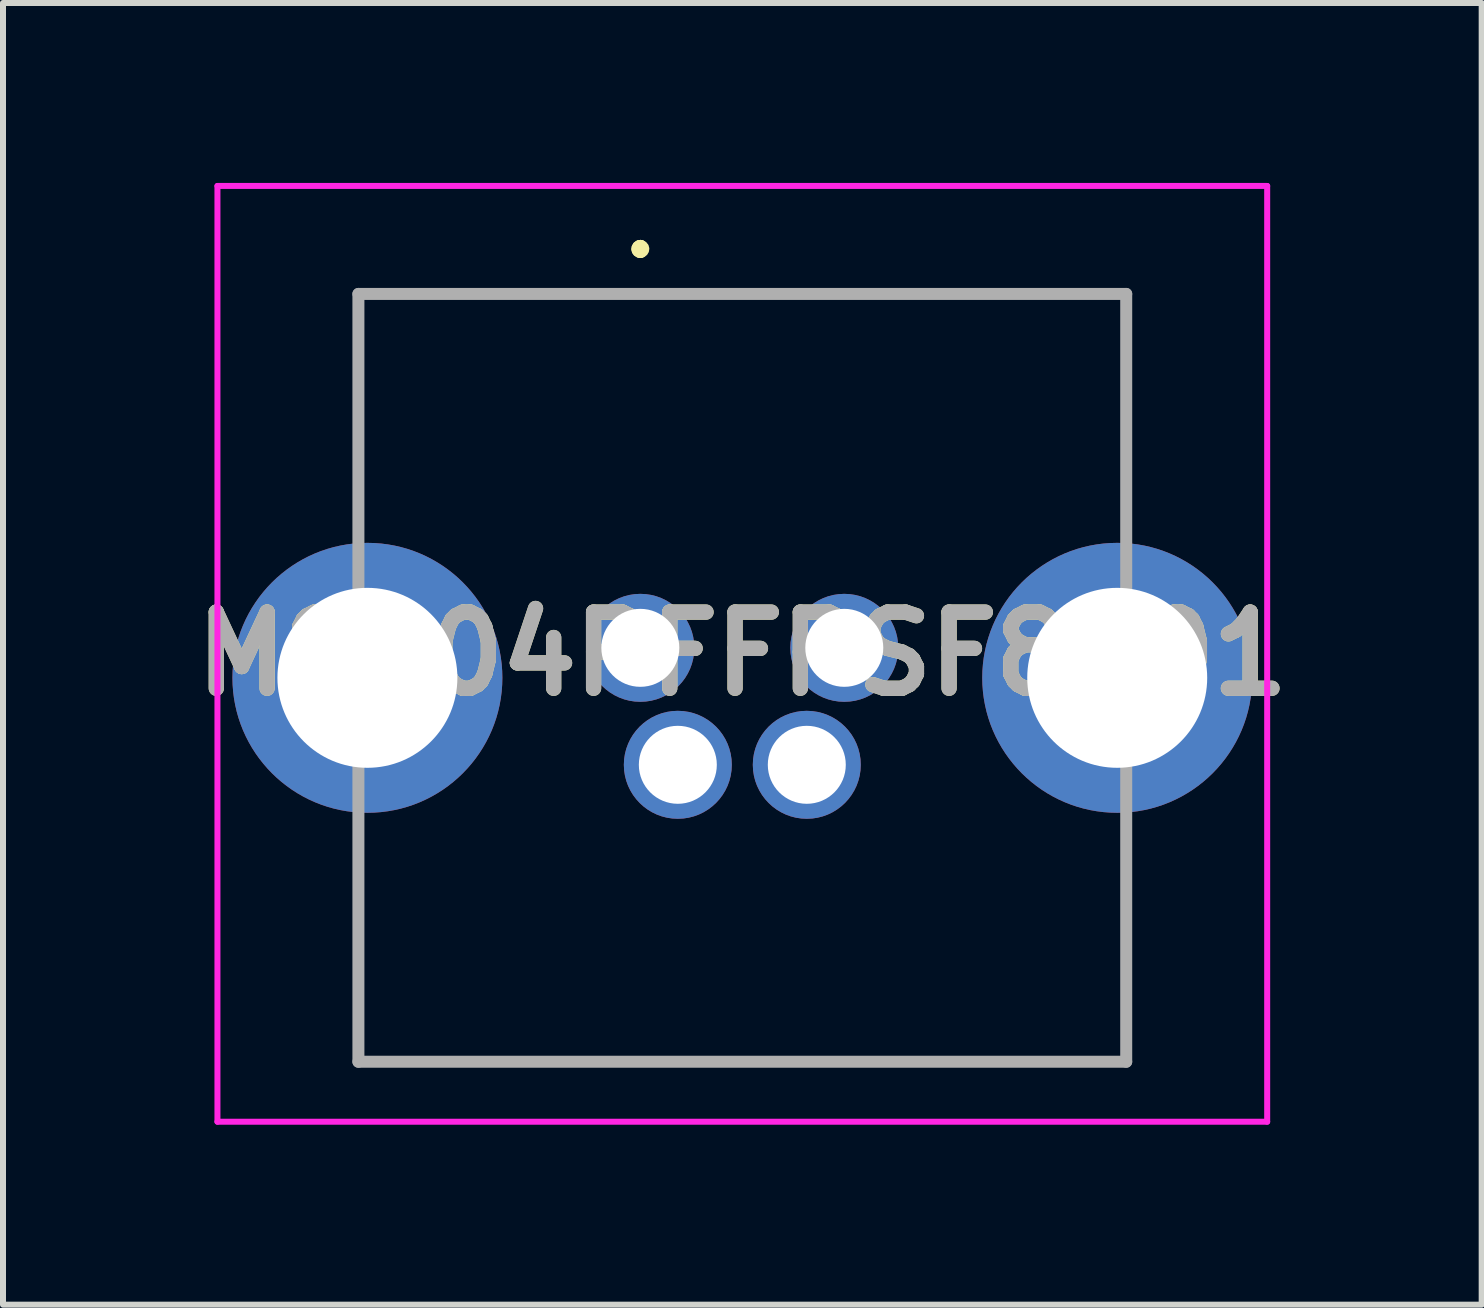
<source format=kicad_pcb>
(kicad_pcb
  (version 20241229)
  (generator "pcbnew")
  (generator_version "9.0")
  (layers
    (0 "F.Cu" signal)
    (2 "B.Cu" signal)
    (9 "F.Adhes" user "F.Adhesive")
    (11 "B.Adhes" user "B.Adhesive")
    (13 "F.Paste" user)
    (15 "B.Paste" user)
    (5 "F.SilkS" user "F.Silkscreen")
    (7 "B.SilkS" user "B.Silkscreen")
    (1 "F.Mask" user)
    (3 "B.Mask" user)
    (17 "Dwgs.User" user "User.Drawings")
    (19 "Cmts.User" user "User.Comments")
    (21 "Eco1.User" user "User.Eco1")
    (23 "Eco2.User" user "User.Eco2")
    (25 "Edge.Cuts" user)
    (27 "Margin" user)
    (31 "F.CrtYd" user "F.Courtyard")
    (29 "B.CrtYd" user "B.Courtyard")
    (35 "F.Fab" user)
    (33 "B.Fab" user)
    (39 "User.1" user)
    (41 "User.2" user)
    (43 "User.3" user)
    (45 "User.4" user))
  (footprint "M8S04PFFPSF8001"
    (layer "F.Cu")
    (at 7.625 7.75)
    (property "Reference" "M8S04PFFPSF8001" (at 1.7 0.1 0) (layer "F.SilkS") (effects (font (size 1.27 1.27) (thickness 0.254))))
    (attr through_hole)
    (fp_line (start -4.7 -5.9) (end 8.1 -5.9) (stroke (width 0.1) (type solid)) (layer "F.SilkS"))
    (fp_line (start -4.7 -2.5) (end -4.7 -5.9) (stroke (width 0.1) (type solid)) (layer "F.SilkS"))
    (fp_line (start -4.7 3.5) (end -4.7 6.9) (stroke (width 0.1) (type solid)) (layer "F.SilkS"))
    (fp_line (start -4.7 6.9) (end 8.1 6.9) (stroke (width 0.1) (type solid)) (layer "F.SilkS"))
    (fp_line (start 0 -6.7) (end 0 -6.7) (stroke (width 0.2) (type solid)) (layer "F.SilkS"))
    (fp_line (start 0 -6.7) (end 0 -6.7) (stroke (width 0.2) (type solid)) (layer "F.SilkS"))
    (fp_line (start 0 -6.6) (end 0 -6.6) (stroke (width 0.2) (type solid)) (layer "F.SilkS"))
    (fp_line (start 8.1 -5.9) (end 8.1 -2.5) (stroke (width 0.1) (type solid)) (layer "F.SilkS"))
    (fp_line (start 8.1 6.9) (end 8.1 3.5) (stroke (width 0.1) (type solid)) (layer "F.SilkS"))
    (fp_arc (start 0 -6.7) (mid 0.05 -6.65) (end 0 -6.6) (stroke (width 0.2) (type solid)) (layer "F.SilkS"))
    (fp_arc (start 0 -6.6) (mid -0.05 -6.65) (end 0 -6.7) (stroke (width 0.2) (type solid)) (layer "F.SilkS"))
    (fp_arc (start 0 -6.6) (mid -0.05 -6.65) (end 0 -6.7) (stroke (width 0.2) (type solid)) (layer "F.SilkS"))
    (fp_line (start -7.05 -7.7) (end -7.05 7.9) (stroke (width 0.1) (type solid)) (layer "F.CrtYd"))
    (fp_line (start -7.05 7.9) (end 10.45 7.9) (stroke (width 0.1) (type solid)) (layer "F.CrtYd"))
    (fp_line (start 10.45 -7.7) (end -7.05 -7.7) (stroke (width 0.1) (type solid)) (layer "F.CrtYd"))
    (fp_line (start 10.45 7.9) (end 10.45 -7.7) (stroke (width 0.1) (type solid)) (layer "F.CrtYd"))
    (fp_line (start -4.7 -5.9) (end 8.1 -5.9) (stroke (width 0.2) (type solid)) (layer "F.Fab"))
    (fp_line (start -4.7 6.9) (end -4.7 -5.9) (stroke (width 0.2) (type solid)) (layer "F.Fab"))
    (fp_line (start 8.1 -5.9) (end 8.1 6.9) (stroke (width 0.2) (type solid)) (layer "F.Fab"))
    (fp_line (start 8.1 6.9) (end -4.7 6.9) (stroke (width 0.2) (type solid)) (layer "F.Fab"))
    (fp_text user "${REFERENCE}" (at 1.7 0.1 0) (layer "F.Fab") (effects (font (size 1.27 1.27) (thickness 0.254))))
    (pad "1" thru_hole circle (at 0 0) (size 1.8 1.8) (drill 1.3) (layers "*.Cu" "*.Mask"))
    (pad "2" thru_hole circle (at 0.625 1.95) (size 1.8 1.8) (drill 1.3) (layers "*.Cu" "*.Mask"))
    (pad "3" thru_hole circle (at 3.4 0) (size 1.8 1.8) (drill 1.3) (layers "*.Cu" "*.Mask"))
    (pad "4" thru_hole circle (at 2.775 1.95) (size 1.8 1.8) (drill 1.3) (layers "*.Cu" "*.Mask"))
    (pad "MH1" thru_hole circle (at -4.55 0.5) (size 4.5 4.5) (drill 3) (layers "*.Cu" "*.Mask"))
    (pad "MH2" thru_hole circle (at 7.95 0.5) (size 4.5 4.5) (drill 3) (layers "*.Cu" "*.Mask")))
  (gr_rect
    (start -3 -3)
    (end 21.651 18.7)
    (stroke (width 0.1) (type default))
    (fill no)
    (layer "Edge.Cuts")))
</source>
